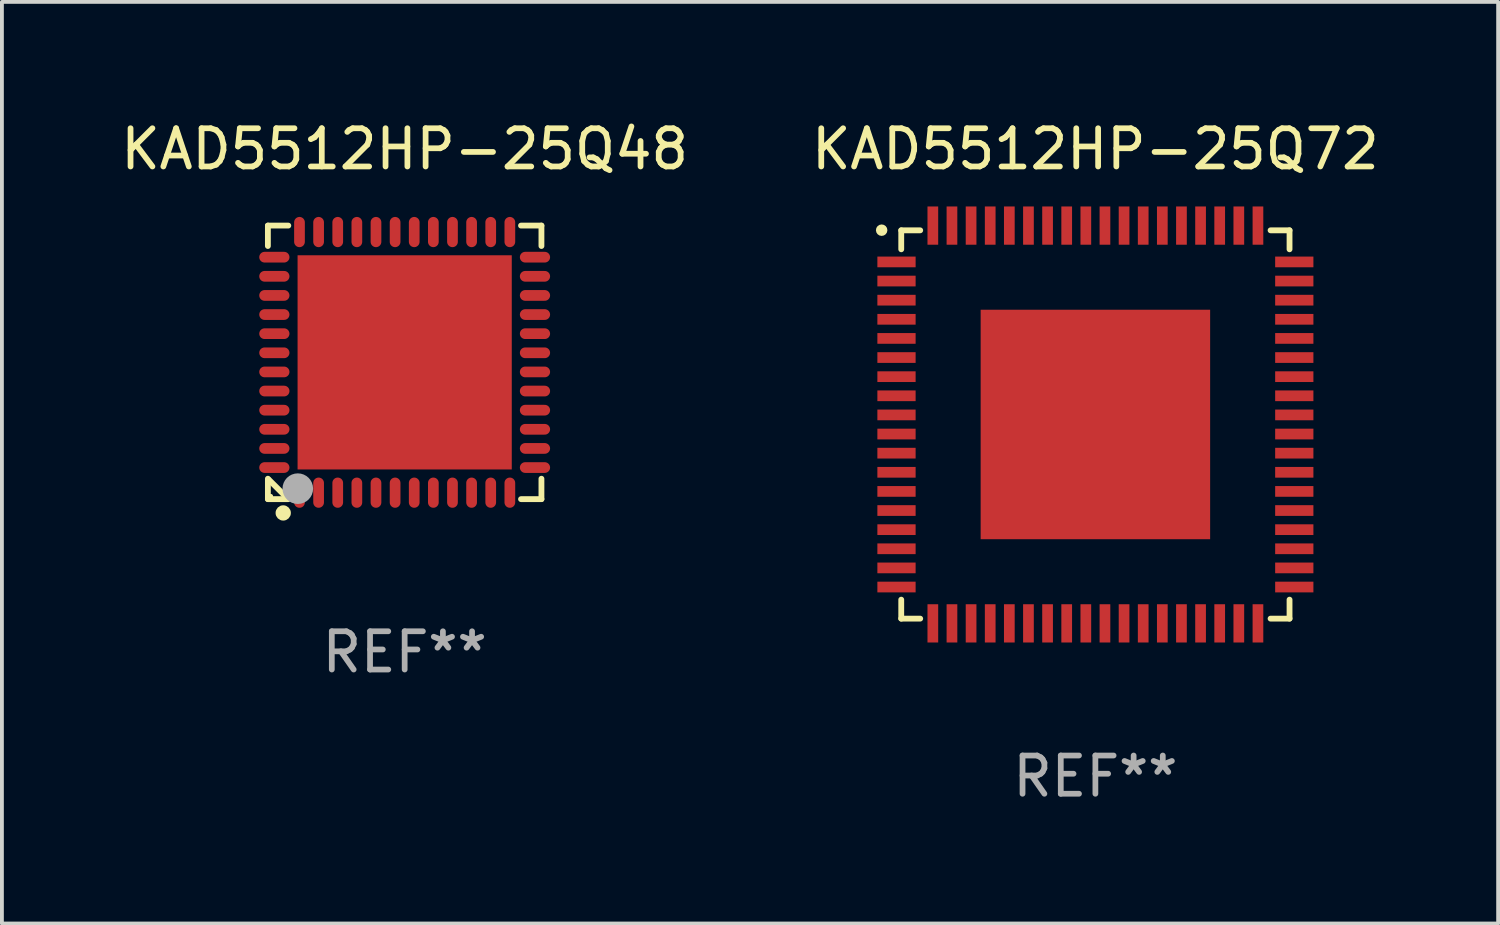
<source format=kicad_pcb>
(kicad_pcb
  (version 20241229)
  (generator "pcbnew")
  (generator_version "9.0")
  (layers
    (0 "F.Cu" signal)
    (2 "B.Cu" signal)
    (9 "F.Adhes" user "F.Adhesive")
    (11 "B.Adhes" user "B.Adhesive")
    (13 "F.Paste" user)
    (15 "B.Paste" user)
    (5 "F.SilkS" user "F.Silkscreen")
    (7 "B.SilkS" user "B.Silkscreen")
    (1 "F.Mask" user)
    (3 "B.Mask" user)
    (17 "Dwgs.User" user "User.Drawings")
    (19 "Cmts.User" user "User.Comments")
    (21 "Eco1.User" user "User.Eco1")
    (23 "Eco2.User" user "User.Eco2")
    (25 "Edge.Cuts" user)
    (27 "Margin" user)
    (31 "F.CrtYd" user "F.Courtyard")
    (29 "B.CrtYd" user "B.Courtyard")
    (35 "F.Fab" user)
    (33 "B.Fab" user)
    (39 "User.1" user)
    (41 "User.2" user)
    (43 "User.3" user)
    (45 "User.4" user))
  (footprint "KAD5512HP-25Q72"
    (layer "F.Cu")
    (at 25.589 8.048)
    (property "Reference" "KAD5512HP-25Q72" (at 0 -7.2 0) (layer "F.SilkS") (effects (font (size 1 1) (thickness 0.15))))
    (attr through_hole)
    (fp_line (start -5.076 -5.076) (end -5.076 -4.58) (stroke (width 0.152) (type solid)) (layer "F.SilkS"))
    (fp_line (start -5.076 5.076) (end -5.076 4.58) (stroke (width 0.152) (type solid)) (layer "F.SilkS"))
    (fp_line (start -4.58 -5.076) (end -5.076 -5.076) (stroke (width 0.152) (type solid)) (layer "F.SilkS"))
    (fp_line (start -4.58 5.076) (end -5.076 5.076) (stroke (width 0.152) (type solid)) (layer "F.SilkS"))
    (fp_line (start 4.58 -5.076) (end 5.076 -5.076) (stroke (width 0.152) (type solid)) (layer "F.SilkS"))
    (fp_line (start 4.58 5.076) (end 5.076 5.076) (stroke (width 0.152) (type solid)) (layer "F.SilkS"))
    (fp_line (start 5.076 -5.076) (end 5.076 -4.58) (stroke (width 0.152) (type solid)) (layer "F.SilkS"))
    (fp_line (start 5.076 5.076) (end 5.076 4.58) (stroke (width 0.152) (type solid)) (layer "F.SilkS"))
    (fp_circle (center -5.588 -5.08) (end -5.513 -5.08) (stroke (width 0.15) (type solid)) (fill no) (layer "F.SilkS"))
    (fp_text user "REF**" (at 0 9.2 0) (layer "F.Fab") (effects (font (size 1 1) (thickness 0.15))))
    (pad "1" smd rect (at -5.2 -4.25 270) (size 0.28 1) (layers "F.Cu" "F.Mask" "F.Paste"))
    (pad "2" smd rect (at -5.2 -3.75 270) (size 0.28 1) (layers "F.Cu" "F.Mask" "F.Paste"))
    (pad "3" smd rect (at -5.2 -3.25 270) (size 0.28 1) (layers "F.Cu" "F.Mask" "F.Paste"))
    (pad "4" smd rect (at -5.2 -2.75 270) (size 0.28 1) (layers "F.Cu" "F.Mask" "F.Paste"))
    (pad "5" smd rect (at -5.2 -2.25 270) (size 0.28 1) (layers "F.Cu" "F.Mask" "F.Paste"))
    (pad "6" smd rect (at -5.2 -1.75 270) (size 0.28 1) (layers "F.Cu" "F.Mask" "F.Paste"))
    (pad "7" smd rect (at -5.2 -1.25 270) (size 0.28 1) (layers "F.Cu" "F.Mask" "F.Paste"))
    (pad "8" smd rect (at -5.2 -0.75 270) (size 0.28 1) (layers "F.Cu" "F.Mask" "F.Paste"))
    (pad "9" smd rect (at -5.2 -0.25 270) (size 0.28 1) (layers "F.Cu" "F.Mask" "F.Paste"))
    (pad "10" smd rect (at -5.2 0.25 270) (size 0.28 1) (layers "F.Cu" "F.Mask" "F.Paste"))
    (pad "11" smd rect (at -5.2 0.75 270) (size 0.28 1) (layers "F.Cu" "F.Mask" "F.Paste"))
    (pad "12" smd rect (at -5.2 1.25 270) (size 0.28 1) (layers "F.Cu" "F.Mask" "F.Paste"))
    (pad "13" smd rect (at -5.2 1.75 270) (size 0.28 1) (layers "F.Cu" "F.Mask" "F.Paste"))
    (pad "14" smd rect (at -5.2 2.25 270) (size 0.28 1) (layers "F.Cu" "F.Mask" "F.Paste"))
    (pad "15" smd rect (at -5.2 2.75 270) (size 0.28 1) (layers "F.Cu" "F.Mask" "F.Paste"))
    (pad "16" smd rect (at -5.2 3.25 270) (size 0.28 1) (layers "F.Cu" "F.Mask" "F.Paste"))
    (pad "17" smd rect (at -5.2 3.75 270) (size 0.28 1) (layers "F.Cu" "F.Mask" "F.Paste"))
    (pad "18" smd rect (at -5.2 4.25 270) (size 0.28 1) (layers "F.Cu" "F.Mask" "F.Paste"))
    (pad "19" smd rect (at -4.25 5.2 270) (size 1 0.28) (layers "F.Cu" "F.Mask" "F.Paste"))
    (pad "20" smd rect (at -3.75 5.2 270) (size 1 0.28) (layers "F.Cu" "F.Mask" "F.Paste"))
    (pad "21" smd rect (at -3.25 5.2 270) (size 1 0.28) (layers "F.Cu" "F.Mask" "F.Paste"))
    (pad "22" smd rect (at -2.75 5.2 270) (size 1 0.28) (layers "F.Cu" "F.Mask" "F.Paste"))
    (pad "23" smd rect (at -2.25 5.2 270) (size 1 0.28) (layers "F.Cu" "F.Mask" "F.Paste"))
    (pad "24" smd rect (at -1.75 5.2 270) (size 1 0.28) (layers "F.Cu" "F.Mask" "F.Paste"))
    (pad "25" smd rect (at -1.25 5.2 270) (size 1 0.28) (layers "F.Cu" "F.Mask" "F.Paste"))
    (pad "26" smd rect (at -0.75 5.2 270) (size 1 0.28) (layers "F.Cu" "F.Mask" "F.Paste"))
    (pad "27" smd rect (at -0.25 5.2 270) (size 1 0.28) (layers "F.Cu" "F.Mask" "F.Paste"))
    (pad "28" smd rect (at 0.25 5.2 270) (size 1 0.28) (layers "F.Cu" "F.Mask" "F.Paste"))
    (pad "29" smd rect (at 0.75 5.2 270) (size 1 0.28) (layers "F.Cu" "F.Mask" "F.Paste"))
    (pad "30" smd rect (at 1.25 5.2 270) (size 1 0.28) (layers "F.Cu" "F.Mask" "F.Paste"))
    (pad "31" smd rect (at 1.75 5.2 270) (size 1 0.28) (layers "F.Cu" "F.Mask" "F.Paste"))
    (pad "32" smd rect (at 2.25 5.2 270) (size 1 0.28) (layers "F.Cu" "F.Mask" "F.Paste"))
    (pad "33" smd rect (at 2.75 5.2 270) (size 1 0.28) (layers "F.Cu" "F.Mask" "F.Paste"))
    (pad "34" smd rect (at 3.25 5.2 270) (size 1 0.28) (layers "F.Cu" "F.Mask" "F.Paste"))
    (pad "35" smd rect (at 3.75 5.2 270) (size 1 0.28) (layers "F.Cu" "F.Mask" "F.Paste"))
    (pad "36" smd rect (at 4.25 5.2 270) (size 1 0.28) (layers "F.Cu" "F.Mask" "F.Paste"))
    (pad "37" smd rect (at 5.2 4.25 270) (size 0.28 1) (layers "F.Cu" "F.Mask" "F.Paste"))
    (pad "38" smd rect (at 5.2 3.75 270) (size 0.28 1) (layers "F.Cu" "F.Mask" "F.Paste"))
    (pad "39" smd rect (at 5.2 3.25 270) (size 0.28 1) (layers "F.Cu" "F.Mask" "F.Paste"))
    (pad "40" smd rect (at 5.2 2.75 270) (size 0.28 1) (layers "F.Cu" "F.Mask" "F.Paste"))
    (pad "41" smd rect (at 5.2 2.25 270) (size 0.28 1) (layers "F.Cu" "F.Mask" "F.Paste"))
    (pad "42" smd rect (at 5.2 1.75 270) (size 0.28 1) (layers "F.Cu" "F.Mask" "F.Paste"))
    (pad "43" smd rect (at 5.2 1.25 270) (size 0.28 1) (layers "F.Cu" "F.Mask" "F.Paste"))
    (pad "44" smd rect (at 5.2 0.75 270) (size 0.28 1) (layers "F.Cu" "F.Mask" "F.Paste"))
    (pad "45" smd rect (at 5.2 0.25 270) (size 0.28 1) (layers "F.Cu" "F.Mask" "F.Paste"))
    (pad "46" smd rect (at 5.2 -0.25 270) (size 0.28 1) (layers "F.Cu" "F.Mask" "F.Paste"))
    (pad "47" smd rect (at 5.2 -0.75 270) (size 0.28 1) (layers "F.Cu" "F.Mask" "F.Paste"))
    (pad "48" smd rect (at 5.2 -1.25 270) (size 0.28 1) (layers "F.Cu" "F.Mask" "F.Paste"))
    (pad "49" smd rect (at 5.2 -1.75 270) (size 0.28 1) (layers "F.Cu" "F.Mask" "F.Paste"))
    (pad "50" smd rect (at 5.2 -2.25 270) (size 0.28 1) (layers "F.Cu" "F.Mask" "F.Paste"))
    (pad "51" smd rect (at 5.2 -2.75 270) (size 0.28 1) (layers "F.Cu" "F.Mask" "F.Paste"))
    (pad "52" smd rect (at 5.2 -3.25 270) (size 0.28 1) (layers "F.Cu" "F.Mask" "F.Paste"))
    (pad "53" smd rect (at 5.2 -3.75 270) (size 0.28 1) (layers "F.Cu" "F.Mask" "F.Paste"))
    (pad "54" smd rect (at 5.2 -4.25 270) (size 0.28 1) (layers "F.Cu" "F.Mask" "F.Paste"))
    (pad "55" smd rect (at 4.25 -5.2 270) (size 1 0.28) (layers "F.Cu" "F.Mask" "F.Paste"))
    (pad "56" smd rect (at 3.75 -5.2 270) (size 1 0.28) (layers "F.Cu" "F.Mask" "F.Paste"))
    (pad "57" smd rect (at 3.25 -5.2 270) (size 1 0.28) (layers "F.Cu" "F.Mask" "F.Paste"))
    (pad "58" smd rect (at 2.75 -5.2 270) (size 1 0.28) (layers "F.Cu" "F.Mask" "F.Paste"))
    (pad "59" smd rect (at 2.25 -5.2 270) (size 1 0.28) (layers "F.Cu" "F.Mask" "F.Paste"))
    (pad "60" smd rect (at 1.75 -5.2 270) (size 1 0.28) (layers "F.Cu" "F.Mask" "F.Paste"))
    (pad "61" smd rect (at 1.25 -5.2 270) (size 1 0.28) (layers "F.Cu" "F.Mask" "F.Paste"))
    (pad "62" smd rect (at 0.75 -5.2 270) (size 1 0.28) (layers "F.Cu" "F.Mask" "F.Paste"))
    (pad "63" smd rect (at 0.25 -5.2 270) (size 1 0.28) (layers "F.Cu" "F.Mask" "F.Paste"))
    (pad "64" smd rect (at -0.25 -5.2 270) (size 1 0.28) (layers "F.Cu" "F.Mask" "F.Paste"))
    (pad "65" smd rect (at -0.75 -5.2 270) (size 1 0.28) (layers "F.Cu" "F.Mask" "F.Paste"))
    (pad "66" smd rect (at -1.25 -5.2 270) (size 1 0.28) (layers "F.Cu" "F.Mask" "F.Paste"))
    (pad "67" smd rect (at -1.75 -5.2 270) (size 1 0.28) (layers "F.Cu" "F.Mask" "F.Paste"))
    (pad "68" smd rect (at -2.25 -5.2 270) (size 1 0.28) (layers "F.Cu" "F.Mask" "F.Paste"))
    (pad "69" smd rect (at -2.75 -5.2 270) (size 1 0.28) (layers "F.Cu" "F.Mask" "F.Paste"))
    (pad "70" smd rect (at -3.25 -5.2 270) (size 1 0.28) (layers "F.Cu" "F.Mask" "F.Paste"))
    (pad "71" smd rect (at -3.75 -5.2 270) (size 1 0.28) (layers "F.Cu" "F.Mask" "F.Paste"))
    (pad "72" smd rect (at -4.25 -5.2 270) (size 1 0.28) (layers "F.Cu" "F.Mask" "F.Paste"))
    (pad "73" smd rect (at 0.000025 -0.000076 270) (size 6 6) (layers "F.Cu" "F.Mask" "F.Paste")))
  (footprint "KAD5512HP-25Q48"
    (layer "F.Cu")
    (at 7.53 6.424)
    (property "Reference" "KAD5512HP-25Q48" (at 0 -5.576 0) (layer "F.SilkS") (effects (font (size 1 1) (thickness 0.15))))
    (attr through_hole)
    (fp_line (start -3.576 -3.576) (end -3.576 -3.042) (stroke (width 0.152) (type solid)) (layer "F.SilkS"))
    (fp_line (start -3.576 3.576) (end -3.576 3.042) (stroke (width 0.152) (type solid)) (layer "F.SilkS"))
    (fp_line (start -3.069 3.549) (end -3.549 3.069) (stroke (width 0.152) (type solid)) (layer "F.SilkS"))
    (fp_line (start -3.042 -3.576) (end -3.576 -3.576) (stroke (width 0.152) (type solid)) (layer "F.SilkS"))
    (fp_line (start -3.042 3.576) (end -3.576 3.576) (stroke (width 0.152) (type solid)) (layer "F.SilkS"))
    (fp_line (start 3.042 -3.576) (end 3.576 -3.576) (stroke (width 0.152) (type solid)) (layer "F.SilkS"))
    (fp_line (start 3.042 3.576) (end 3.576 3.576) (stroke (width 0.152) (type solid)) (layer "F.SilkS"))
    (fp_line (start 3.576 -3.576) (end 3.576 -3.042) (stroke (width 0.152) (type solid)) (layer "F.SilkS"))
    (fp_line (start 3.576 3.576) (end 3.576 3.042) (stroke (width 0.152) (type solid)) (layer "F.SilkS"))
    (fp_circle (center -3.5 3.5) (end -3.47 3.5) (stroke (width 0.06) (type solid)) (fill no) (layer "F.SilkS"))
    (fp_circle (center -3.175 3.937) (end -3.075 3.937) (stroke (width 0.2) (type solid)) (fill no) (layer "F.SilkS"))
    (fp_circle (center -2.794 3.302) (end -2.594 3.302) (stroke (width 0.4) (type solid)) (fill no) (layer "F.Fab"))
    (fp_text user "REF**" (at 0 7.576 0) (layer "F.Fab") (effects (font (size 1 1) (thickness 0.15))))
    (pad "1" smd oval (at -2.75 3.407) (size 0.28 0.79) (layers "F.Cu" "F.Mask" "F.Paste"))
    (pad "2" smd oval (at -2.25 3.407) (size 0.28 0.79) (layers "F.Cu" "F.Mask" "F.Paste"))
    (pad "3" smd oval (at -1.75 3.407) (size 0.28 0.79) (layers "F.Cu" "F.Mask" "F.Paste"))
    (pad "4" smd oval (at -1.25 3.407) (size 0.28 0.79) (layers "F.Cu" "F.Mask" "F.Paste"))
    (pad "5" smd oval (at -0.75 3.407) (size 0.28 0.79) (layers "F.Cu" "F.Mask" "F.Paste"))
    (pad "6" smd oval (at -0.25 3.407) (size 0.28 0.79) (layers "F.Cu" "F.Mask" "F.Paste"))
    (pad "7" smd oval (at 0.25 3.407) (size 0.28 0.79) (layers "F.Cu" "F.Mask" "F.Paste"))
    (pad "8" smd oval (at 0.75 3.407) (size 0.28 0.79) (layers "F.Cu" "F.Mask" "F.Paste"))
    (pad "9" smd oval (at 1.25 3.407) (size 0.28 0.79) (layers "F.Cu" "F.Mask" "F.Paste"))
    (pad "10" smd oval (at 1.75 3.407) (size 0.28 0.79) (layers "F.Cu" "F.Mask" "F.Paste"))
    (pad "11" smd oval (at 2.25 3.407) (size 0.28 0.79) (layers "F.Cu" "F.Mask" "F.Paste"))
    (pad "12" smd oval (at 2.75 3.407) (size 0.28 0.79) (layers "F.Cu" "F.Mask" "F.Paste"))
    (pad "13" smd oval (at 3.407 2.75) (size 0.79 0.28) (layers "F.Cu" "F.Mask" "F.Paste"))
    (pad "14" smd oval (at 3.407 2.25) (size 0.79 0.28) (layers "F.Cu" "F.Mask" "F.Paste"))
    (pad "15" smd oval (at 3.407 1.75) (size 0.79 0.28) (layers "F.Cu" "F.Mask" "F.Paste"))
    (pad "16" smd oval (at 3.407 1.25) (size 0.79 0.28) (layers "F.Cu" "F.Mask" "F.Paste"))
    (pad "17" smd oval (at 3.407 0.75) (size 0.79 0.28) (layers "F.Cu" "F.Mask" "F.Paste"))
    (pad "18" smd oval (at 3.407 0.25) (size 0.79 0.28) (layers "F.Cu" "F.Mask" "F.Paste"))
    (pad "19" smd oval (at 3.407 -0.25) (size 0.79 0.28) (layers "F.Cu" "F.Mask" "F.Paste"))
    (pad "20" smd oval (at 3.407 -0.75) (size 0.79 0.28) (layers "F.Cu" "F.Mask" "F.Paste"))
    (pad "21" smd oval (at 3.407 -1.25) (size 0.79 0.28) (layers "F.Cu" "F.Mask" "F.Paste"))
    (pad "22" smd oval (at 3.407 -1.75) (size 0.79 0.28) (layers "F.Cu" "F.Mask" "F.Paste"))
    (pad "23" smd oval (at 3.407 -2.25) (size 0.79 0.28) (layers "F.Cu" "F.Mask" "F.Paste"))
    (pad "24" smd oval (at 3.407 -2.75) (size 0.79 0.28) (layers "F.Cu" "F.Mask" "F.Paste"))
    (pad "25" smd oval (at 2.75 -3.407) (size 0.28 0.79) (layers "F.Cu" "F.Mask" "F.Paste"))
    (pad "26" smd oval (at 2.25 -3.407) (size 0.28 0.79) (layers "F.Cu" "F.Mask" "F.Paste"))
    (pad "27" smd oval (at 1.75 -3.407) (size 0.28 0.79) (layers "F.Cu" "F.Mask" "F.Paste"))
    (pad "28" smd oval (at 1.25 -3.407) (size 0.28 0.79) (layers "F.Cu" "F.Mask" "F.Paste"))
    (pad "29" smd oval (at 0.75 -3.407) (size 0.28 0.79) (layers "F.Cu" "F.Mask" "F.Paste"))
    (pad "30" smd oval (at 0.25 -3.407) (size 0.28 0.79) (layers "F.Cu" "F.Mask" "F.Paste"))
    (pad "31" smd oval (at -0.25 -3.407) (size 0.28 0.79) (layers "F.Cu" "F.Mask" "F.Paste"))
    (pad "32" smd oval (at -0.75 -3.407) (size 0.28 0.79) (layers "F.Cu" "F.Mask" "F.Paste"))
    (pad "33" smd oval (at -1.25 -3.407) (size 0.28 0.79) (layers "F.Cu" "F.Mask" "F.Paste"))
    (pad "34" smd oval (at -1.75 -3.407) (size 0.28 0.79) (layers "F.Cu" "F.Mask" "F.Paste"))
    (pad "35" smd oval (at -2.25 -3.407) (size 0.28 0.79) (layers "F.Cu" "F.Mask" "F.Paste"))
    (pad "36" smd oval (at -2.75 -3.407) (size 0.28 0.79) (layers "F.Cu" "F.Mask" "F.Paste"))
    (pad "37" smd oval (at -3.407 -2.75) (size 0.79 0.28) (layers "F.Cu" "F.Mask" "F.Paste"))
    (pad "38" smd oval (at -3.407 -2.25) (size 0.79 0.28) (layers "F.Cu" "F.Mask" "F.Paste"))
    (pad "39" smd oval (at -3.407 -1.75) (size 0.79 0.28) (layers "F.Cu" "F.Mask" "F.Paste"))
    (pad "40" smd oval (at -3.407 -1.25) (size 0.79 0.28) (layers "F.Cu" "F.Mask" "F.Paste"))
    (pad "41" smd oval (at -3.407 -0.75) (size 0.79 0.28) (layers "F.Cu" "F.Mask" "F.Paste"))
    (pad "42" smd oval (at -3.407 -0.25) (size 0.79 0.28) (layers "F.Cu" "F.Mask" "F.Paste"))
    (pad "43" smd oval (at -3.407 0.25) (size 0.79 0.28) (layers "F.Cu" "F.Mask" "F.Paste"))
    (pad "44" smd oval (at -3.407 0.75) (size 0.79 0.28) (layers "F.Cu" "F.Mask" "F.Paste"))
    (pad "45" smd oval (at -3.407 1.25) (size 0.79 0.28) (layers "F.Cu" "F.Mask" "F.Paste"))
    (pad "46" smd oval (at -3.407 1.75) (size 0.79 0.28) (layers "F.Cu" "F.Mask" "F.Paste"))
    (pad "47" smd oval (at -3.407 2.25) (size 0.79 0.28) (layers "F.Cu" "F.Mask" "F.Paste"))
    (pad "48" smd oval (at -3.407 2.75) (size 0.79 0.28) (layers "F.Cu" "F.Mask" "F.Paste"))
    (pad "49" smd rect (at 0 0) (size 5.6 5.6) (layers "F.Cu" "F.Mask" "F.Paste")))
  (gr_rect
    (start -3 -3)
    (end 36.119 21.096)
    (stroke (width 0.1) (type default))
    (fill no)
    (layer "Edge.Cuts")))
</source>
